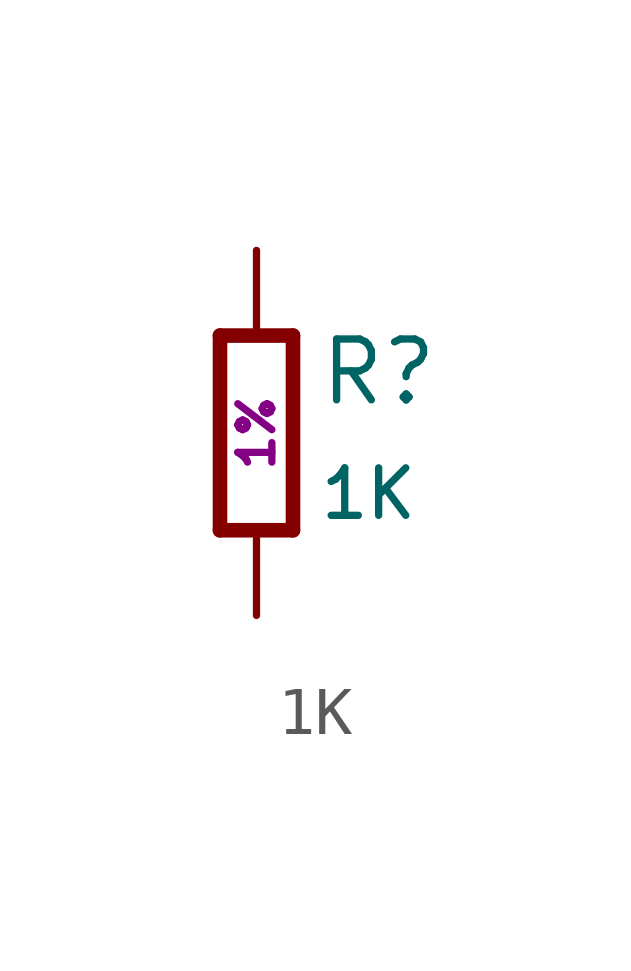
<source format=kicad_sym>
(kicad_symbol_lib
  (version 20211014)
  (generator kicad_symbol_editor)
  (symbol "1K"
    (pin_numbers hide)
    (pin_names
      (offset 0.254) hide)
    (property "Reference" "R"
      (at 1.27 1.27 0)
      (effects (font (size 1.27 1.27)) (justify left)))
    (property "Value" "1K"
      (at 1.27 -1.27 0)
      (effects (font (size 0.991 0.991)) (justify left)))
    (property "Tolerance" "1%"
      (at 0 0 90)
      (effects (font (size 0.711 0.711))))
    (symbol "1K_1_1"
      (polyline (pts (xy -0.762 -2.032) (xy -0.762 2.032)) (stroke (width 0.305) (type default) (color 0 0 0 0)) (fill (type outline)))
      (polyline (pts (xy 0.762 -2.032) (xy -0.762 -2.032)) (stroke (width 0.305) (type default) (color 0 0 0 0)) (fill (type outline)))
      (polyline (pts (xy 0.762 -2.032) (xy 0.762 2.032)) (stroke (width 0.305) (type default) (color 0 0 0 0)) (fill (type outline)))
      (polyline (pts (xy 0.762 2.032) (xy -0.762 2.032)) (stroke (width 0.305) (type default) (color 0 0 0 0)) (fill (type outline)))
      (pin passive line (at 0 3.81 270) (length 1.6) (name "~" (effects (font (size 1.27 1.27)))) (number "1" (effects (font (size 1.27 1.27)))))
      (pin passive line (at 0 -3.81 90) (length 1.6) (name "~" (effects (font (size 1.27 1.27)))) (number "2" (effects (font (size 1.27 1.27))))))))
</source>
